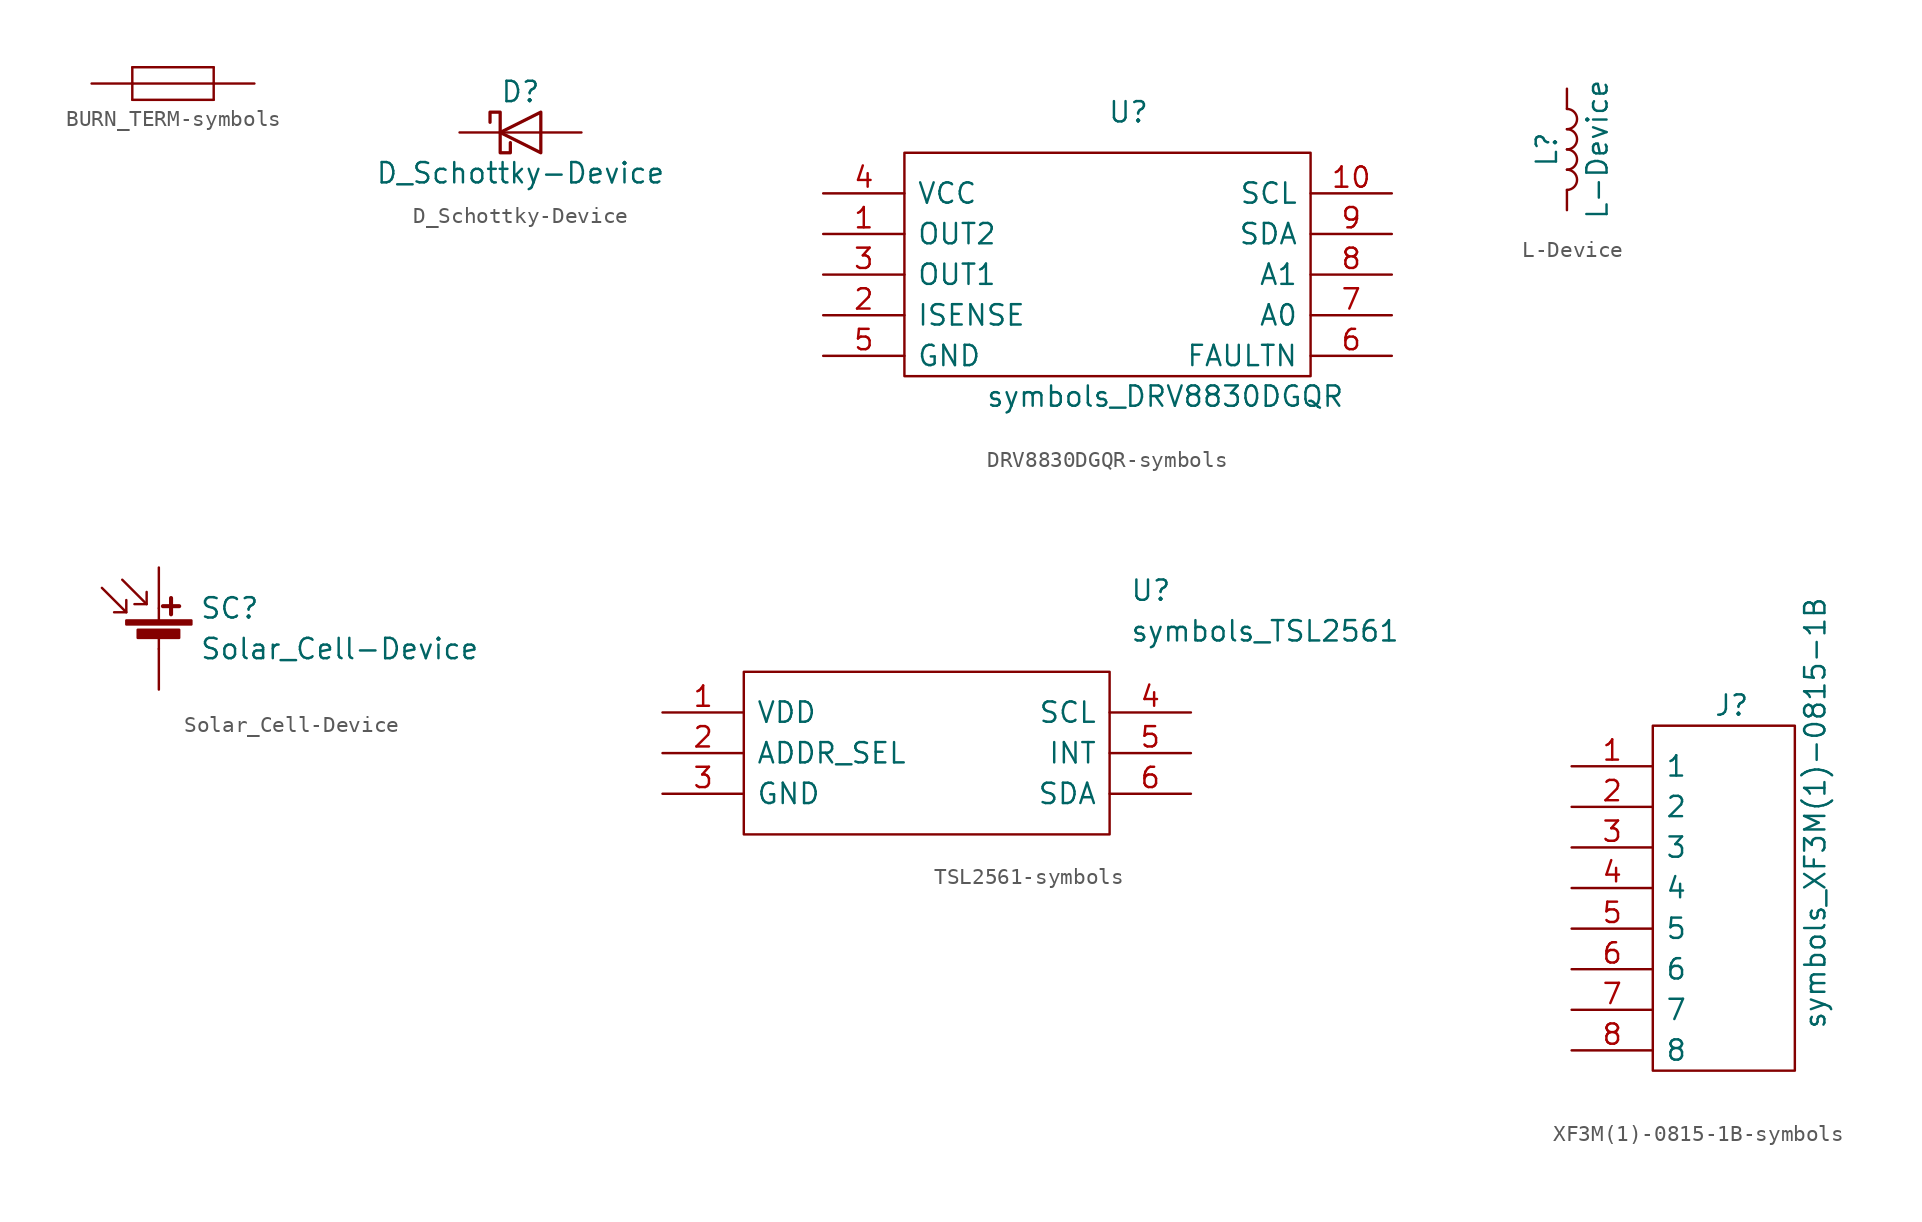
<source format=kicad_sym>
(kicad_symbol_lib
  (version 20220914)
  (generator kicad_symbol_editor)
  (symbol "BURN_TERM-symbols"
    (pin_names
      (offset 1.016))
    (property "Reference" "F"
      (at 0 0 0)
      (effects (font (size 1.27 1.27)) hide))
    (property "ki_locked" ""
      (at 0 0 0)
      (effects (font (size 1.27 1.27))))
    (symbol "BURN_TERM-symbols_1_0"
      (polyline (pts (xy -2.54 -1.016) (xy -2.54 0)) (stroke (width 0) (type solid)) (fill (type none)))
      (polyline (pts (xy -2.54 0) (xy -2.54 1.016)) (stroke (width 0) (type solid)) (fill (type none)))
      (polyline (pts (xy -2.54 0) (xy 2.54 0)) (stroke (width 0) (type solid)) (fill (type none)))
      (polyline (pts (xy -2.54 1.016) (xy 2.54 1.016)) (stroke (width 0) (type solid)) (fill (type none)))
      (polyline (pts (xy 2.54 -1.016) (xy -2.54 -1.016)) (stroke (width 0) (type solid)) (fill (type none)))
      (polyline (pts (xy 2.54 0) (xy 2.54 -1.016)) (stroke (width 0) (type solid)) (fill (type none)))
      (polyline (pts (xy 2.54 1.016) (xy 2.54 0)) (stroke (width 0) (type solid)) (fill (type none)))
      (pin bidirectional line (at -5.08 0 0) (length 2.54) (name "1" (effects (font (size 0 0)))) (number "1" (effects (font (size 0 0)))))
      (pin bidirectional line (at 5.08 0 180) (length 2.54) (name "2" (effects (font (size 0 0)))) (number "2" (effects (font (size 0 0)))))))
  (symbol "D_Schottky-Device"
    (pin_numbers hide)
    (pin_names
      (offset 1.016) hide)
    (property "Reference" "D"
      (at 0 2.54 0)
      (effects (font (size 1.27 1.27))))
    (property "Value" "D_Schottky-Device"
      (at 0 -2.54 0)
      (effects (font (size 1.27 1.27))))
    (symbol "D_Schottky-Device_0_1"
      (polyline (pts (xy 1.27 0) (xy -1.27 0)) (stroke (width 0) (type solid)) (fill (type none)))
      (polyline (pts (xy 1.27 1.27) (xy 1.27 -1.27) (xy -1.27 0) (xy 1.27 1.27)) (stroke (width 0.203) (type solid)) (fill (type none)))
      (polyline (pts (xy -1.905 0.635) (xy -1.905 1.27) (xy -1.27 1.27) (xy -1.27 -1.27) (xy -0.635 -1.27) (xy -0.635 -0.635)) (stroke (width 0.203) (type solid)) (fill (type none))))
    (symbol "D_Schottky-Device_1_1"
      (pin passive line (at -3.81 0 0) (length 2.54) (name "K" (effects (font (size 1.27 1.27)))) (number "1" (effects (font (size 1.27 1.27)))))
      (pin passive line (at 3.81 0 180) (length 2.54) (name "A" (effects (font (size 1.27 1.27)))) (number "2" (effects (font (size 1.27 1.27)))))))
  (symbol "DRV8830DGQR-symbols"
    (pin_names
      (offset 0.762))
    (property "Reference" "U"
      (at 0 10.16 0)
      (effects (font (size 1.27 1.27)) (justify left)))
    (property "Value" "symbols_DRV8830DGQR"
      (at -7.62 -7.62 0)
      (effects (font (size 1.27 1.27)) (justify left)))
    (symbol "DRV8830DGQR-symbols_0_0"
      (pin output line (at -17.78 2.54 0) (length 5.08) (name "OUT2" (effects (font (size 1.27 1.27)))) (number "1" (effects (font (size 1.27 1.27)))))
      (pin unspecified line (at 17.78 5.08 180) (length 5.08) (name "SCL" (effects (font (size 1.27 1.27)))) (number "10" (effects (font (size 1.27 1.27)))))
      (pin unspecified line (at -17.78 -5.08 0) (length 5.08) hide (name "EP" (effects (font (size 1.27 1.27)))) (number "11" (effects (font (size 1.27 1.27)))))
      (pin unspecified line (at -17.78 -2.54 0) (length 5.08) (name "ISENSE" (effects (font (size 1.27 1.27)))) (number "2" (effects (font (size 1.27 1.27)))))
      (pin output line (at -17.78 0 0) (length 5.08) (name "OUT1" (effects (font (size 1.27 1.27)))) (number "3" (effects (font (size 1.27 1.27)))))
      (pin power_in line (at -17.78 5.08 0) (length 5.08) (name "VCC" (effects (font (size 1.27 1.27)))) (number "4" (effects (font (size 1.27 1.27)))))
      (pin power_in line (at -17.78 -5.08 0) (length 5.08) (name "GND" (effects (font (size 1.27 1.27)))) (number "5" (effects (font (size 1.27 1.27)))))
      (pin unspecified line (at 17.78 -5.08 180) (length 5.08) (name "FAULTN" (effects (font (size 1.27 1.27)))) (number "6" (effects (font (size 1.27 1.27)))))
      (pin unspecified line (at 17.78 -2.54 180) (length 5.08) (name "A0" (effects (font (size 1.27 1.27)))) (number "7" (effects (font (size 1.27 1.27)))))
      (pin unspecified line (at 17.78 0 180) (length 5.08) (name "A1" (effects (font (size 1.27 1.27)))) (number "8" (effects (font (size 1.27 1.27)))))
      (pin unspecified line (at 17.78 2.54 180) (length 5.08) (name "SDA" (effects (font (size 1.27 1.27)))) (number "9" (effects (font (size 1.27 1.27))))))
    (symbol "DRV8830DGQR-symbols_0_1"
      (rectangle (start -12.7 7.62) (end 12.7 -6.35) (stroke (width 0) (type solid)) (fill (type none)))))
  (symbol "L-Device"
    (pin_numbers hide)
    (pin_names
      (offset 1.016) hide)
    (property "Reference" "L"
      (at -1.27 0 90)
      (effects (font (size 1.27 1.27))))
    (property "Value" "L-Device"
      (at 1.905 0 90)
      (effects (font (size 1.27 1.27))))
    (symbol "L-Device_0_1"
      (arc (start 0 -2.54) (mid 0.6323 -1.905) (end 0 -1.27) (stroke (width 0) (type solid)) (fill (type none)))
      (arc (start 0 -1.27) (mid 0.6323 -0.635) (end 0 0) (stroke (width 0) (type solid)) (fill (type none)))
      (arc (start 0 0) (mid 0.6323 0.635) (end 0 1.27) (stroke (width 0) (type solid)) (fill (type none)))
      (arc (start 0 1.27) (mid 0.6323 1.905) (end 0 2.54) (stroke (width 0) (type solid)) (fill (type none))))
    (symbol "L-Device_1_1"
      (pin passive line (at 0 3.81 270) (length 1.27) (name "1" (effects (font (size 1.27 1.27)))) (number "1" (effects (font (size 1.27 1.27)))))
      (pin passive line (at 0 -3.81 90) (length 1.27) (name "2" (effects (font (size 1.27 1.27)))) (number "2" (effects (font (size 1.27 1.27)))))))
  (symbol "Solar_Cell-Device"
    (pin_numbers hide)
    (pin_names
      (offset 0) hide)
    (property "Reference" "SC"
      (at 2.54 2.54 0)
      (effects (font (size 1.27 1.27)) (justify left)))
    (property "Value" "Solar_Cell-Device"
      (at 2.54 0 0)
      (effects (font (size 1.27 1.27)) (justify left)))
    (symbol "Solar_Cell-Device_0_1"
      (rectangle (start -2.032 1.778) (end 2.032 1.524) (stroke (width 0) (type solid)) (fill (type outline)))
      (rectangle (start -1.321 1.194) (end 1.27 0.686) (stroke (width 0) (type solid)) (fill (type outline)))
      (polyline (pts (xy -2.032 2.286) (xy -3.556 3.81)) (stroke (width 0) (type solid)) (fill (type none)))
      (polyline (pts (xy -0.762 2.794) (xy -2.286 4.318)) (stroke (width 0) (type solid)) (fill (type none)))
      (polyline (pts (xy 0 0.762) (xy 0 0)) (stroke (width 0) (type solid)) (fill (type none)))
      (polyline (pts (xy 0 1.778) (xy 0 2.54)) (stroke (width 0) (type solid)) (fill (type none)))
      (polyline (pts (xy 0.254 2.667) (xy 1.27 2.667)) (stroke (width 0.254) (type solid)) (fill (type none)))
      (polyline (pts (xy 0.762 3.175) (xy 0.762 2.159)) (stroke (width 0.254) (type solid)) (fill (type none)))
      (polyline (pts (xy -2.032 3.048) (xy -2.032 2.286) (xy -2.794 2.286)) (stroke (width 0) (type solid)) (fill (type none)))
      (polyline (pts (xy -0.762 3.556) (xy -0.762 2.794) (xy -1.524 2.794)) (stroke (width 0) (type solid)) (fill (type none))))
    (symbol "Solar_Cell-Device_1_1"
      (pin passive line (at 0 5.08 270) (length 2.54) (name "+" (effects (font (size 1.27 1.27)))) (number "1" (effects (font (size 1.27 1.27)))))
      (pin passive line (at 0 -2.54 90) (length 2.54) (name "-" (effects (font (size 1.27 1.27)))) (number "2" (effects (font (size 1.27 1.27)))))))
  (symbol "TSL2561-symbols"
    (pin_names
      (offset 0.762))
    (property "Reference" "U"
      (at 29.21 7.62 0)
      (effects (font (size 1.27 1.27)) (justify left)))
    (property "Value" "symbols_TSL2561"
      (at 29.21 5.08 0)
      (effects (font (size 1.27 1.27)) (justify left)))
    (symbol "TSL2561-symbols_0_0"
      (pin unspecified line (at 0 0 0) (length 5.08) (name "VDD" (effects (font (size 1.27 1.27)))) (number "1" (effects (font (size 1.27 1.27)))))
      (pin unspecified line (at 0 -2.54 0) (length 5.08) (name "ADDR_SEL" (effects (font (size 1.27 1.27)))) (number "2" (effects (font (size 1.27 1.27)))))
      (pin unspecified line (at 0 -5.08 0) (length 5.08) (name "GND" (effects (font (size 1.27 1.27)))) (number "3" (effects (font (size 1.27 1.27)))))
      (pin unspecified line (at 33.02 0 180) (length 5.08) (name "SCL" (effects (font (size 1.27 1.27)))) (number "4" (effects (font (size 1.27 1.27)))))
      (pin unspecified line (at 33.02 -2.54 180) (length 5.08) (name "INT" (effects (font (size 1.27 1.27)))) (number "5" (effects (font (size 1.27 1.27)))))
      (pin unspecified line (at 33.02 -5.08 180) (length 5.08) (name "SDA" (effects (font (size 1.27 1.27)))) (number "6" (effects (font (size 1.27 1.27))))))
    (symbol "TSL2561-symbols_0_1"
      (polyline (pts (xy 5.08 2.54) (xy 27.94 2.54) (xy 27.94 -7.62) (xy 5.08 -7.62) (xy 5.08 2.54)) (stroke (width 0.152) (type solid)) (fill (type none)))))
  (symbol "XF3M(1)-0815-1B-symbols"
    (pin_names
      (offset 0.762))
    (property "Reference" "J"
      (at -1.27 11.43 0)
      (effects (font (size 1.27 1.27)) (justify left)))
    (property "Value" "symbols_XF3M(1)-0815-1B"
      (at 5.08 -8.89 90)
      (effects (font (size 1.27 1.27)) (justify left)))
    (symbol "XF3M(1)-0815-1B-symbols_0_0"
      (pin unspecified line (at -10.16 7.62 0) (length 5.08) (name "1" (effects (font (size 1.27 1.27)))) (number "1" (effects (font (size 1.27 1.27)))))
      (pin unspecified line (at -10.16 5.08 0) (length 5.08) (name "2" (effects (font (size 1.27 1.27)))) (number "2" (effects (font (size 1.27 1.27)))))
      (pin unspecified line (at -10.16 2.54 0) (length 5.08) (name "3" (effects (font (size 1.27 1.27)))) (number "3" (effects (font (size 1.27 1.27)))))
      (pin unspecified line (at -10.16 0 0) (length 5.08) (name "4" (effects (font (size 1.27 1.27)))) (number "4" (effects (font (size 1.27 1.27)))))
      (pin unspecified line (at -10.16 -2.54 0) (length 5.08) (name "5" (effects (font (size 1.27 1.27)))) (number "5" (effects (font (size 1.27 1.27)))))
      (pin unspecified line (at -10.16 -5.08 0) (length 5.08) (name "6" (effects (font (size 1.27 1.27)))) (number "6" (effects (font (size 1.27 1.27)))))
      (pin unspecified line (at 0.254 -8.382 90) (length 5.08) hide (name "MP1" (effects (font (size 1.27 1.27)))) (number "MP1" (effects (font (size 1.27 1.27)))))
      (pin unspecified line (at 0.254 -8.382 90) (length 5.08) hide (name "MP2" (effects (font (size 1.27 1.27)))) (number "MP2" (effects (font (size 1.27 1.27))))))
    (symbol "XF3M(1)-0815-1B-symbols_0_1"
      (rectangle (start -5.08 10.16) (end 3.81 -11.43) (stroke (width 0) (type solid)) (fill (type none))))
    (symbol "XF3M(1)-0815-1B-symbols_1_1"
      (pin unspecified line (at -10.16 -7.62 0) (length 5.08) (name "7" (effects (font (size 1.27 1.27)))) (number "7" (effects (font (size 1.27 1.27)))))
      (pin input line (at -10.16 -10.16 0) (length 5.08) (name "8" (effects (font (size 1.27 1.27)))) (number "8" (effects (font (size 1.27 1.27))))))))
</source>
